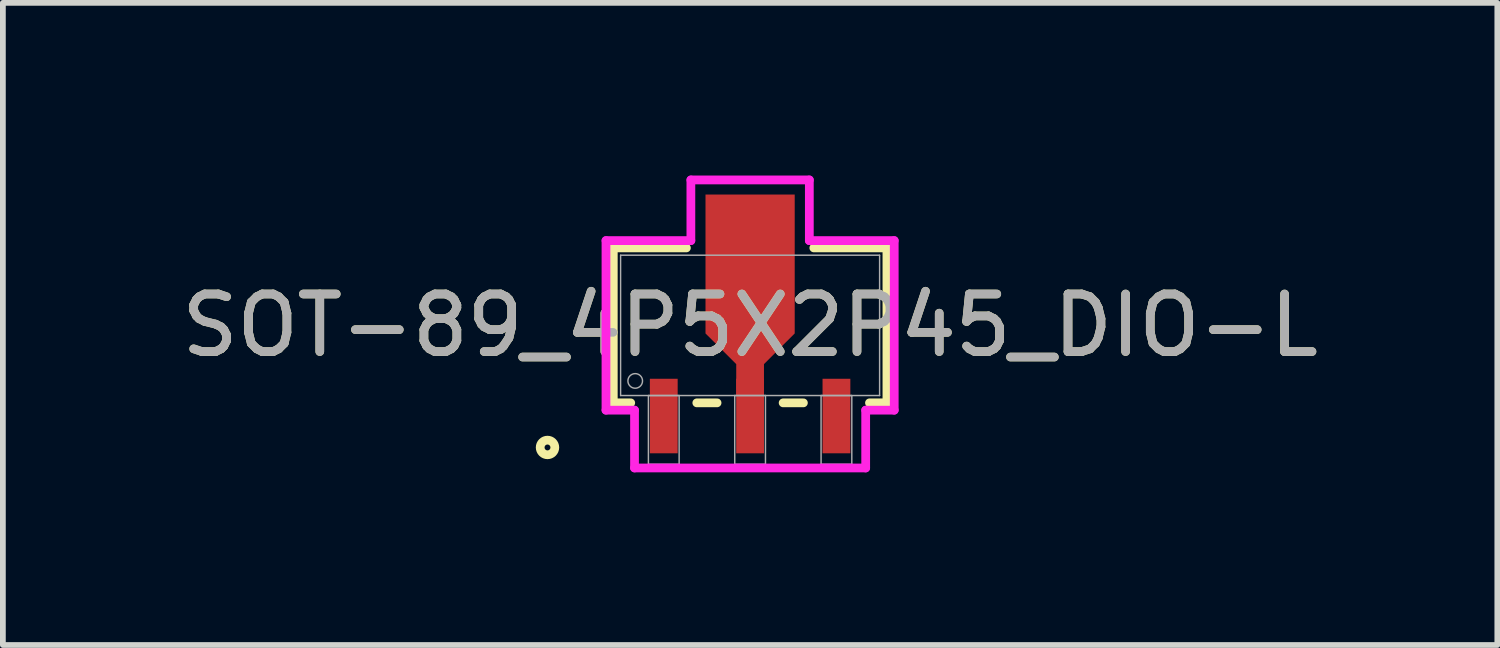
<source format=kicad_pcb>
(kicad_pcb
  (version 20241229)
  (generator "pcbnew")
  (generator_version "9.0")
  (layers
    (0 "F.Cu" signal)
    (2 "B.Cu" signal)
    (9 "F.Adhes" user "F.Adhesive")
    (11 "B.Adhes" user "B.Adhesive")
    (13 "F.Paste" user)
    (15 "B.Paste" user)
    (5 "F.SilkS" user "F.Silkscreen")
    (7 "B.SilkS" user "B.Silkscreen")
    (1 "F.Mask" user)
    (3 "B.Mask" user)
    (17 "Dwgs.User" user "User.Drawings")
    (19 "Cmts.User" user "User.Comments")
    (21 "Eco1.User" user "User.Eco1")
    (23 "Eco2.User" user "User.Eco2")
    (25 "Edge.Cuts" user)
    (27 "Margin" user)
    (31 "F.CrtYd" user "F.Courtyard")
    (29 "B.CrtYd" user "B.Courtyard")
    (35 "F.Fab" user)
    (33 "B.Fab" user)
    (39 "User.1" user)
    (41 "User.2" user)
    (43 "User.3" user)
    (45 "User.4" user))
  (footprint "SOT-89_4P5X2P45_DIO-L"
    (layer "F.Cu")
    (at 9.982 2.603)
    (property "Reference" "SOT-89_4P5X2P45_DIO-L" (at 0 0 0) (unlocked yes) (layer "F.SilkS") (effects (font (size 1 1) (thickness 0.15))))
    (attr smd)
    (fp_poly (pts (xy -0.241 1.219) (xy -0.241 0.673) (xy -0.775 0.14) (xy -0.775 -2.273) (xy -0.387 -2.273) (xy 0.387 -2.273) (xy 0.775 -2.273) (xy 0.775 0.14) (xy 0.241 0.673) (xy 0.241 1.219)) (stroke (width 0) (type solid)) (fill yes) (layer "F.Cu"))
    (fp_poly (pts (xy -0.241 1.219) (xy -0.241 0.673) (xy -0.775 0.14) (xy -0.775 -2.273) (xy 0.775 -2.273) (xy 0.775 0.14) (xy 0.241 0.673) (xy 0.241 1.219)) (stroke (width 0) (type solid)) (fill yes) (layer "F.Mask"))
    (fp_line (start -2.377 -1.346) (end -2.377 1.346) (stroke (width 0.152) (type solid)) (layer "F.SilkS"))
    (fp_line (start -2.377 1.346) (end -2.074 1.346) (stroke (width 0.152) (type solid)) (layer "F.SilkS"))
    (fp_line (start -1.107 -1.346) (end -2.377 -1.346) (stroke (width 0.152) (type solid)) (layer "F.SilkS"))
    (fp_line (start -0.926 1.346) (end -0.574 1.346) (stroke (width 0.152) (type solid)) (layer "F.SilkS"))
    (fp_line (start 0.574 1.346) (end 0.926 1.346) (stroke (width 0.152) (type solid)) (layer "F.SilkS"))
    (fp_line (start 2.074 1.346) (end 2.377 1.346) (stroke (width 0.152) (type solid)) (layer "F.SilkS"))
    (fp_line (start 2.377 -1.346) (end 1.107 -1.346) (stroke (width 0.152) (type solid)) (layer "F.SilkS"))
    (fp_line (start 2.377 1.346) (end 2.377 -1.346) (stroke (width 0.152) (type solid)) (layer "F.SilkS"))
    (fp_circle (center -3.52 2.121) (end -3.393 2.121) (stroke (width 0.152) (type solid)) (fill no) (layer "F.SilkS"))
    (fp_poly (pts (xy -0.241 1.219) (xy -0.241 0.673) (xy -0.775 0.14) (xy -0.775 -2.273) (xy 0.775 -2.273) (xy 0.775 0.14) (xy 0.241 0.673) (xy 0.241 1.219)) (stroke (width 0) (type solid)) (fill yes) (layer "F.Paste"))
    (fp_line (start -2.504 -1.473) (end -1.029 -1.473) (stroke (width 0.152) (type solid)) (layer "F.CrtYd"))
    (fp_line (start -2.504 1.473) (end -2.504 -1.473) (stroke (width 0.152) (type solid)) (layer "F.CrtYd"))
    (fp_line (start -2.008 1.473) (end -2.504 1.473) (stroke (width 0.152) (type solid)) (layer "F.CrtYd"))
    (fp_line (start -2.008 2.477) (end -2.008 1.473) (stroke (width 0.152) (type solid)) (layer "F.CrtYd"))
    (fp_line (start -1.029 -2.527) (end 1.029 -2.527) (stroke (width 0.152) (type solid)) (layer "F.CrtYd"))
    (fp_line (start -1.029 -1.473) (end -1.029 -2.527) (stroke (width 0.152) (type solid)) (layer "F.CrtYd"))
    (fp_line (start 1.029 -2.527) (end 1.029 -1.473) (stroke (width 0.152) (type solid)) (layer "F.CrtYd"))
    (fp_line (start 1.029 -1.473) (end 2.504 -1.473) (stroke (width 0.152) (type solid)) (layer "F.CrtYd"))
    (fp_line (start 2.008 1.473) (end 2.008 2.477) (stroke (width 0.152) (type solid)) (layer "F.CrtYd"))
    (fp_line (start 2.008 2.477) (end -2.008 2.477) (stroke (width 0.152) (type solid)) (layer "F.CrtYd"))
    (fp_line (start 2.504 -1.473) (end 2.504 1.473) (stroke (width 0.152) (type solid)) (layer "F.CrtYd"))
    (fp_line (start 2.504 1.473) (end 2.008 1.473) (stroke (width 0.152) (type solid)) (layer "F.CrtYd"))
    (fp_line (start -2.25 -1.219) (end -2.25 1.219) (stroke (width 0.025) (type solid)) (layer "F.Fab"))
    (fp_line (start -2.25 1.219) (end 2.25 1.219) (stroke (width 0.025) (type solid)) (layer "F.Fab"))
    (fp_line (start -1.767 1.219) (end -1.767 2.413) (stroke (width 0.025) (type solid)) (layer "F.Fab"))
    (fp_line (start -1.767 2.413) (end -1.233 2.413) (stroke (width 0.025) (type solid)) (layer "F.Fab"))
    (fp_line (start -1.233 1.219) (end -1.767 1.219) (stroke (width 0.025) (type solid)) (layer "F.Fab"))
    (fp_line (start -1.233 2.413) (end -1.233 1.219) (stroke (width 0.025) (type solid)) (layer "F.Fab"))
    (fp_line (start -0.267 1.219) (end -0.267 2.413) (stroke (width 0.025) (type solid)) (layer "F.Fab"))
    (fp_line (start -0.267 2.413) (end 0.267 2.413) (stroke (width 0.025) (type solid)) (layer "F.Fab"))
    (fp_line (start 0.267 1.219) (end -0.267 1.219) (stroke (width 0.025) (type solid)) (layer "F.Fab"))
    (fp_line (start 0.267 2.413) (end 0.267 1.219) (stroke (width 0.025) (type solid)) (layer "F.Fab"))
    (fp_line (start 1.233 1.219) (end 1.233 2.413) (stroke (width 0.025) (type solid)) (layer "F.Fab"))
    (fp_line (start 1.233 2.413) (end 1.767 2.413) (stroke (width 0.025) (type solid)) (layer "F.Fab"))
    (fp_line (start 1.767 1.219) (end 1.233 1.219) (stroke (width 0.025) (type solid)) (layer "F.Fab"))
    (fp_line (start 1.767 2.413) (end 1.767 1.219) (stroke (width 0.025) (type solid)) (layer "F.Fab"))
    (fp_line (start 2.25 -1.219) (end -2.25 -1.219) (stroke (width 0.025) (type solid)) (layer "F.Fab"))
    (fp_line (start 2.25 1.219) (end 2.25 -1.219) (stroke (width 0.025) (type solid)) (layer "F.Fab"))
    (fp_circle (center -1.996 0.965) (end -1.869 0.965) (stroke (width 0.025) (type solid)) (fill no) (layer "F.Fab"))
    (fp_text user "${REFERENCE}" (at 0 0 0) (unlocked yes) (layer "F.Fab") (effects (font (size 1 1) (thickness 0.15))))
    (pad "1" smd rect (at -1.5 1.575) (size 0.483 1.295) (layers "F.Cu" "F.Mask" "F.Paste"))
    (pad "2" smd rect (at 0 1.575) (size 0.483 1.295) (layers "F.Cu" "F.Mask" "F.Paste"))
    (pad "3" smd rect (at 1.5 1.575) (size 0.483 1.295) (layers "F.Cu" "F.Mask" "F.Paste")))
  (gr_rect
    (start -3 -3)
    (end 22.964 8.156)
    (stroke (width 0.1) (type default))
    (fill no)
    (layer "Edge.Cuts")))
</source>
